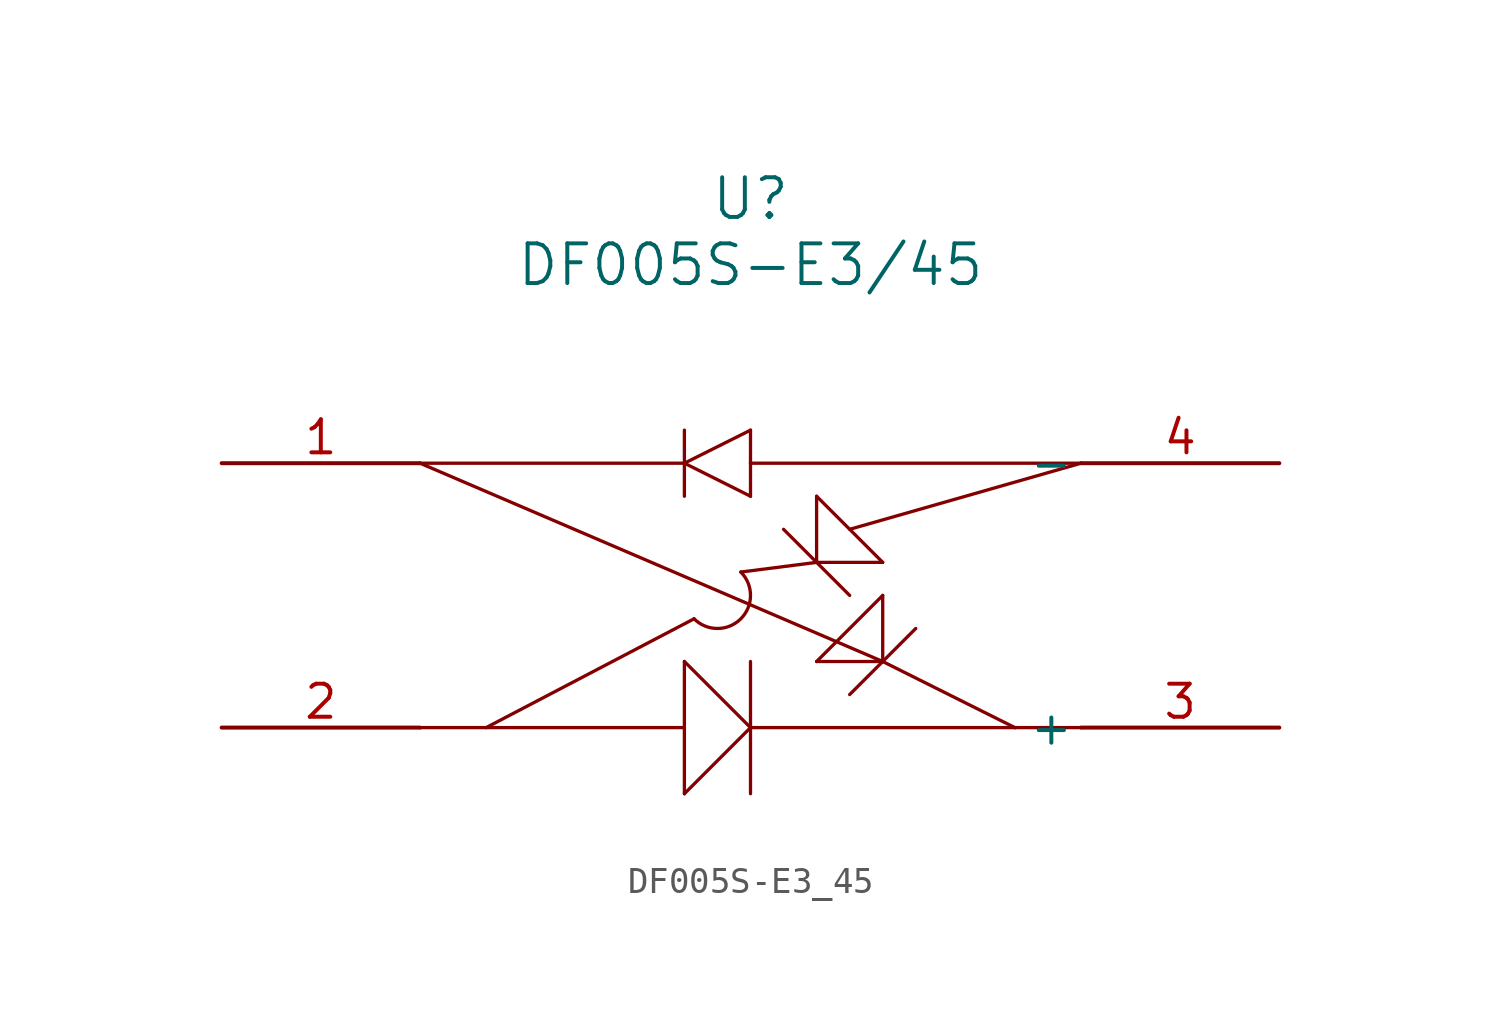
<source format=kicad_sym>
(kicad_symbol_lib
  (version 20211014)
  (generator kicad_symbol_editor)
  (symbol "DF005S-E3_45"
    (pin_names
      (offset 0.254))
    (property "Reference" "U"
      (at 20.32 10.16 0)
      (effects (font (size 1.524 1.524))))
    (property "Value" "DF005S-E3/45"
      (at 20.32 7.62 0)
      (effects (font (size 1.524 1.524))))
    (symbol "DF005S-E3_45_0_1"
      (polyline (pts (xy 7.62 -10.16) (xy 17.78 -10.16)) (stroke (width 0.127) (type default) (color 0 0 0 0)) (fill (type none)))
      (polyline (pts (xy 17.78 -12.7) (xy 17.78 -10.16)) (stroke (width 0.127) (type default) (color 0 0 0 0)) (fill (type none)))
      (polyline (pts (xy 17.78 -10.16) (xy 17.78 -7.62)) (stroke (width 0.127) (type default) (color 0 0 0 0)) (fill (type none)))
      (polyline (pts (xy 17.78 -7.62) (xy 20.32 -10.16)) (stroke (width 0.127) (type default) (color 0 0 0 0)) (fill (type none)))
      (polyline (pts (xy 17.78 -12.7) (xy 20.32 -10.16)) (stroke (width 0.127) (type default) (color 0 0 0 0)) (fill (type none)))
      (polyline (pts (xy 20.32 -10.16) (xy 20.32 -7.62)) (stroke (width 0.127) (type default) (color 0 0 0 0)) (fill (type none)))
      (polyline (pts (xy 20.32 -10.16) (xy 20.32 -12.7)) (stroke (width 0.127) (type default) (color 0 0 0 0)) (fill (type none)))
      (polyline (pts (xy 20.32 -10.16) (xy 30.48 -10.16)) (stroke (width 0.127) (type default) (color 0 0 0 0)) (fill (type none)))
      (polyline (pts (xy 30.48 -10.16) (xy 33.02 -10.16)) (stroke (width 0.127) (type default) (color 0 0 0 0)) (fill (type none)))
      (polyline (pts (xy 30.48 -10.16) (xy 25.4 -7.62)) (stroke (width 0.127) (type default) (color 0 0 0 0)) (fill (type none)))
      (polyline (pts (xy 7.62 0) (xy 25.4 -7.62)) (stroke (width 0.127) (type default) (color 0 0 0 0)) (fill (type none)))
      (polyline (pts (xy 10.16 -10.16) (xy 18.152 -5.978)) (stroke (width 0.127) (type default) (color 0 0 0 0)) (fill (type none)))
      (arc (start 18.151974 -5.978026) (mid 19.948026 -5.978026) (end 19.948026 -4.181974) (stroke (width 0.127) (type default) (color 0 0 0 0)) (fill (type none)))
      (polyline (pts (xy 33.02 0) (xy 24.13 -2.54)) (stroke (width 0.127) (type default) (color 0 0 0 0)) (fill (type none)))
      (polyline (pts (xy 25.4 -3.81) (xy 22.86 -1.27)) (stroke (width 0.127) (type default) (color 0 0 0 0)) (fill (type none)))
      (polyline (pts (xy 22.86 -1.27) (xy 22.86 -3.81)) (stroke (width 0.127) (type default) (color 0 0 0 0)) (fill (type none)))
      (polyline (pts (xy 25.4 -3.81) (xy 22.86 -3.81)) (stroke (width 0.127) (type default) (color 0 0 0 0)) (fill (type none)))
      (polyline (pts (xy 24.13 -5.08) (xy 21.59 -2.54)) (stroke (width 0.127) (type default) (color 0 0 0 0)) (fill (type none)))
      (polyline (pts (xy 22.86 -3.81) (xy 19.948 -4.182)) (stroke (width 0.127) (type default) (color 0 0 0 0)) (fill (type none)))
      (polyline (pts (xy 7.62 0) (xy 17.78 0)) (stroke (width 0.127) (type default) (color 0 0 0 0)) (fill (type none)))
      (polyline (pts (xy 17.78 -1.27) (xy 17.78 1.27)) (stroke (width 0.127) (type default) (color 0 0 0 0)) (fill (type none)))
      (polyline (pts (xy 17.78 0) (xy 20.32 1.27)) (stroke (width 0.127) (type default) (color 0 0 0 0)) (fill (type none)))
      (polyline (pts (xy 20.32 0) (xy 20.32 -1.27)) (stroke (width 0.127) (type default) (color 0 0 0 0)) (fill (type none)))
      (polyline (pts (xy 20.32 -1.27) (xy 17.78 0)) (stroke (width 0.127) (type default) (color 0 0 0 0)) (fill (type none)))
      (polyline (pts (xy 20.32 0) (xy 20.32 1.27)) (stroke (width 0.127) (type default) (color 0 0 0 0)) (fill (type none)))
      (polyline (pts (xy 20.32 0) (xy 33.02 0)) (stroke (width 0.127) (type default) (color 0 0 0 0)) (fill (type none)))
      (polyline (pts (xy 25.4 -7.62) (xy 26.67 -6.35)) (stroke (width 0.127) (type default) (color 0 0 0 0)) (fill (type none)))
      (polyline (pts (xy 25.4 -7.62) (xy 24.13 -8.89)) (stroke (width 0.127) (type default) (color 0 0 0 0)) (fill (type none)))
      (polyline (pts (xy 25.4 -7.62) (xy 25.4 -5.08)) (stroke (width 0.127) (type default) (color 0 0 0 0)) (fill (type none)))
      (polyline (pts (xy 25.4 -5.08) (xy 22.86 -7.62)) (stroke (width 0.127) (type default) (color 0 0 0 0)) (fill (type none)))
      (polyline (pts (xy 22.86 -7.62) (xy 25.4 -7.62)) (stroke (width 0.127) (type default) (color 0 0 0 0)) (fill (type none)))
      (pin unspecified line (at 0 0 0) (length 7.62) (name "~" (effects (font (size 1.27 1.27)))) (number "1" (effects (font (size 1.27 1.27)))))
      (pin unspecified line (at 0 -10.16 0) (length 7.62) (name "~" (effects (font (size 1.27 1.27)))) (number "2" (effects (font (size 1.27 1.27)))))
      (pin unspecified line (at 40.64 -10.16 180) (length 7.62) (name "+" (effects (font (size 1.27 1.27)))) (number "3" (effects (font (size 1.27 1.27)))))
      (pin unspecified line (at 40.64 0 180) (length 7.62) (name "-" (effects (font (size 1.27 1.27)))) (number "4" (effects (font (size 1.27 1.27))))))))
</source>
